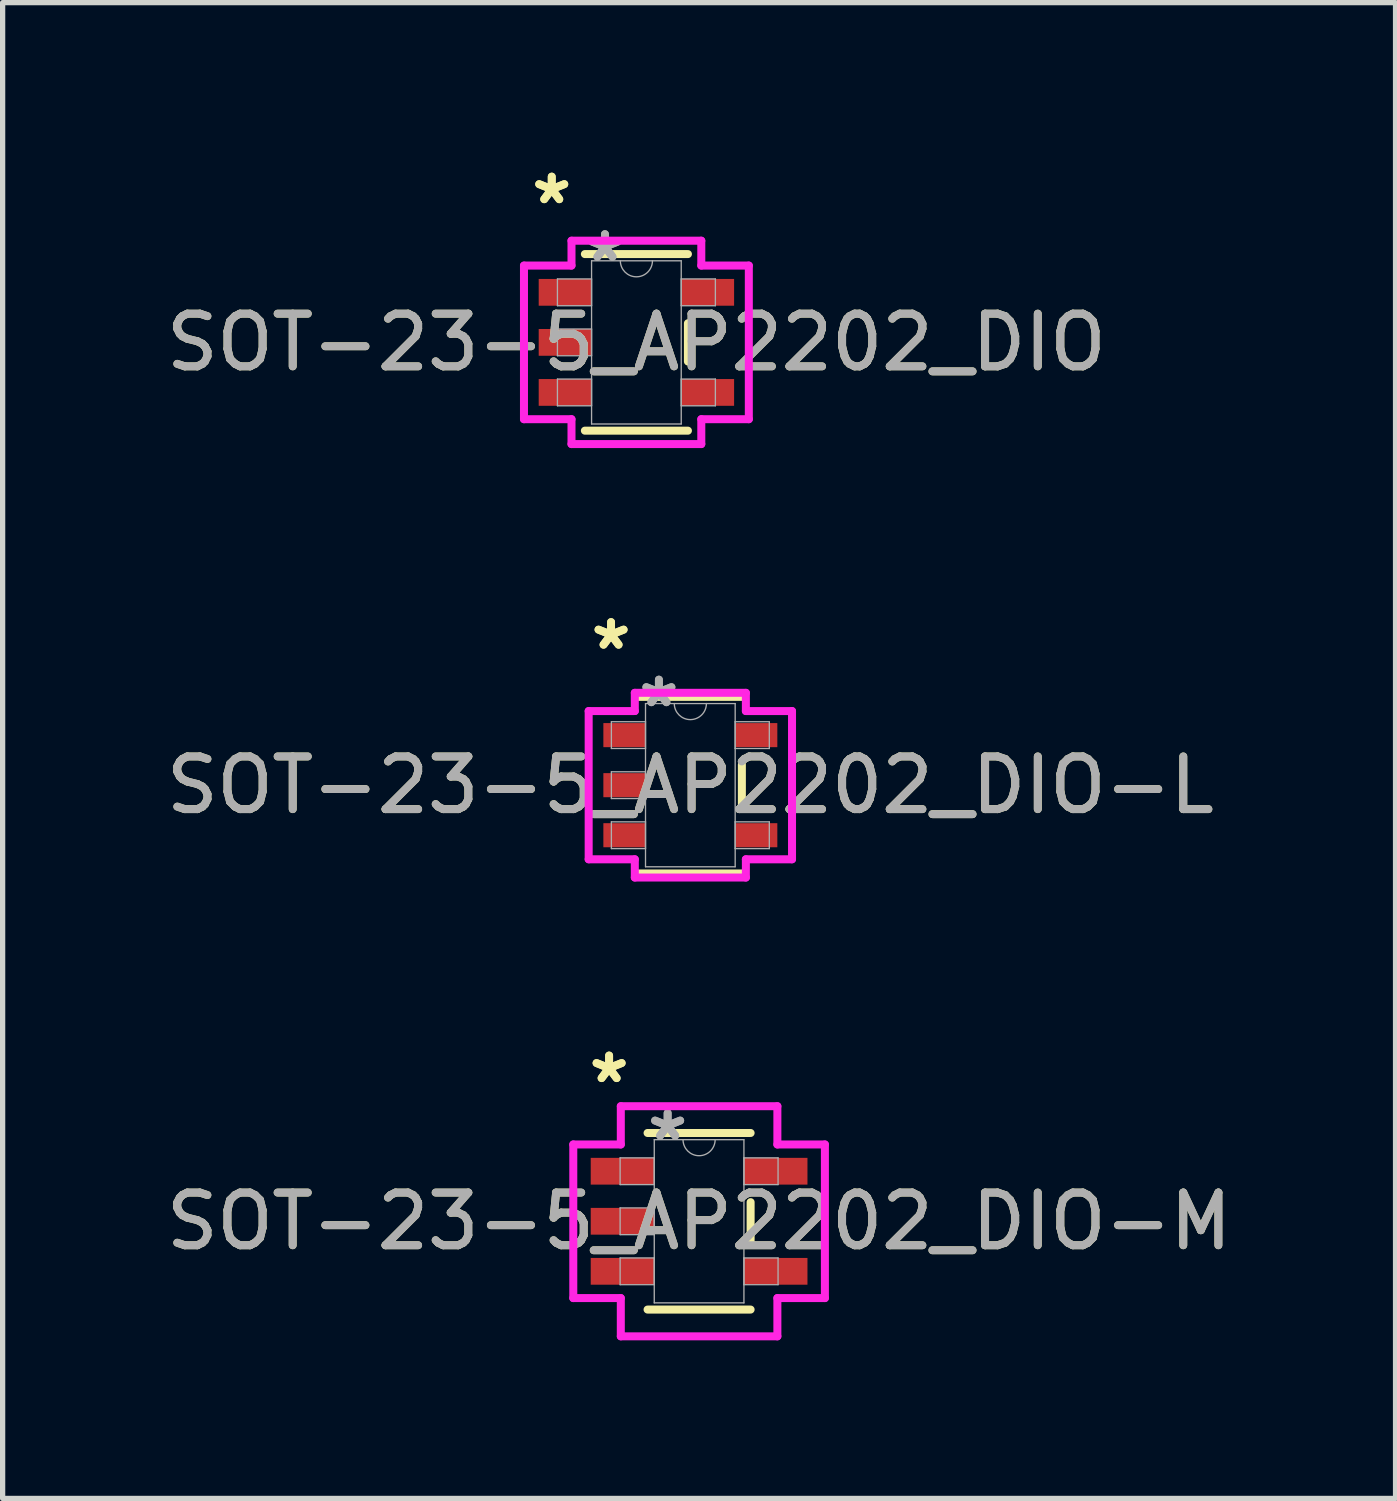
<source format=kicad_pcb>
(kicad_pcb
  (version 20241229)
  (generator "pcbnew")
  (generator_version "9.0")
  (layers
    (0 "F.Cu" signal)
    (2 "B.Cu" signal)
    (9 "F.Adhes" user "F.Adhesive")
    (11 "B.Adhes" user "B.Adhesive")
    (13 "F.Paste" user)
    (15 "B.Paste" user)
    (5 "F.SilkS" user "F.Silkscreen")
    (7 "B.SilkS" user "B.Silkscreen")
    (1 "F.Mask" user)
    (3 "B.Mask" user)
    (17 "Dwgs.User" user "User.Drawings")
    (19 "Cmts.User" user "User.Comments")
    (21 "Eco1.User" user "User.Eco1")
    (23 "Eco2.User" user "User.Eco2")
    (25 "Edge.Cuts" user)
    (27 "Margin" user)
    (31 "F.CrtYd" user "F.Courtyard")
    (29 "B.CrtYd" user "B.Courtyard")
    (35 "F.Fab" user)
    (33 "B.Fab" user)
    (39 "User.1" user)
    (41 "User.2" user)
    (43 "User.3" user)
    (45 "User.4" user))
  (footprint "SOT-23-5_AP2202_DIO"
    (layer "F.Cu")
    (at 9.03 3.449)
    (property "Reference" "SOT-23-5_AP2202_DIO" (at 0 0 0) (unlocked yes) (layer "F.SilkS") (effects (font (size 1 1) (thickness 0.15))))
    (attr smd)
    (fp_line (start -0.978 1.676) (end 0.978 1.676) (stroke (width 0.152) (type solid)) (layer "F.SilkS"))
    (fp_line (start 0.978 -1.676) (end -0.978 -1.676) (stroke (width 0.152) (type solid)) (layer "F.SilkS"))
    (fp_line (start 0.978 0.363) (end 0.978 -0.363) (stroke (width 0.152) (type solid)) (layer "F.SilkS"))
    (fp_line (start -2.134 -1.458) (end -1.232 -1.458) (stroke (width 0.152) (type solid)) (layer "F.CrtYd"))
    (fp_line (start -2.134 1.458) (end -2.134 -1.458) (stroke (width 0.152) (type solid)) (layer "F.CrtYd"))
    (fp_line (start -1.232 -1.93) (end 1.232 -1.93) (stroke (width 0.152) (type solid)) (layer "F.CrtYd"))
    (fp_line (start -1.232 -1.458) (end -1.232 -1.93) (stroke (width 0.152) (type solid)) (layer "F.CrtYd"))
    (fp_line (start -1.232 1.458) (end -2.134 1.458) (stroke (width 0.152) (type solid)) (layer "F.CrtYd"))
    (fp_line (start -1.232 1.93) (end -1.232 1.458) (stroke (width 0.152) (type solid)) (layer "F.CrtYd"))
    (fp_line (start 1.232 -1.93) (end 1.232 -1.458) (stroke (width 0.152) (type solid)) (layer "F.CrtYd"))
    (fp_line (start 1.232 -1.458) (end 2.134 -1.458) (stroke (width 0.152) (type solid)) (layer "F.CrtYd"))
    (fp_line (start 1.232 1.458) (end 1.232 1.93) (stroke (width 0.152) (type solid)) (layer "F.CrtYd"))
    (fp_line (start 1.232 1.93) (end -1.232 1.93) (stroke (width 0.152) (type solid)) (layer "F.CrtYd"))
    (fp_line (start 2.134 -1.458) (end 2.134 1.458) (stroke (width 0.152) (type solid)) (layer "F.CrtYd"))
    (fp_line (start 2.134 1.458) (end 1.232 1.458) (stroke (width 0.152) (type solid)) (layer "F.CrtYd"))
    (fp_line (start -1.499 -1.204) (end -1.499 -0.696) (stroke (width 0.025) (type solid)) (layer "F.Fab"))
    (fp_line (start -1.499 -0.696) (end -0.851 -0.696) (stroke (width 0.025) (type solid)) (layer "F.Fab"))
    (fp_line (start -1.499 -0.254) (end -1.499 0.254) (stroke (width 0.025) (type solid)) (layer "F.Fab"))
    (fp_line (start -1.499 0.254) (end -0.851 0.254) (stroke (width 0.025) (type solid)) (layer "F.Fab"))
    (fp_line (start -1.499 0.696) (end -1.499 1.204) (stroke (width 0.025) (type solid)) (layer "F.Fab"))
    (fp_line (start -1.499 1.204) (end -0.851 1.204) (stroke (width 0.025) (type solid)) (layer "F.Fab"))
    (fp_line (start -0.851 -1.549) (end -0.851 1.549) (stroke (width 0.025) (type solid)) (layer "F.Fab"))
    (fp_line (start -0.851 -1.204) (end -1.499 -1.204) (stroke (width 0.025) (type solid)) (layer "F.Fab"))
    (fp_line (start -0.851 -0.696) (end -0.851 -1.204) (stroke (width 0.025) (type solid)) (layer "F.Fab"))
    (fp_line (start -0.851 -0.254) (end -1.499 -0.254) (stroke (width 0.025) (type solid)) (layer "F.Fab"))
    (fp_line (start -0.851 0.254) (end -0.851 -0.254) (stroke (width 0.025) (type solid)) (layer "F.Fab"))
    (fp_line (start -0.851 0.696) (end -1.499 0.696) (stroke (width 0.025) (type solid)) (layer "F.Fab"))
    (fp_line (start -0.851 1.204) (end -0.851 0.696) (stroke (width 0.025) (type solid)) (layer "F.Fab"))
    (fp_line (start -0.851 1.549) (end 0.851 1.549) (stroke (width 0.025) (type solid)) (layer "F.Fab"))
    (fp_line (start 0.851 -1.549) (end -0.851 -1.549) (stroke (width 0.025) (type solid)) (layer "F.Fab"))
    (fp_line (start 0.851 -1.204) (end 0.851 -0.696) (stroke (width 0.025) (type solid)) (layer "F.Fab"))
    (fp_line (start 0.851 -0.696) (end 1.499 -0.696) (stroke (width 0.025) (type solid)) (layer "F.Fab"))
    (fp_line (start 0.851 0.696) (end 0.851 1.204) (stroke (width 0.025) (type solid)) (layer "F.Fab"))
    (fp_line (start 0.851 1.204) (end 1.499 1.204) (stroke (width 0.025) (type solid)) (layer "F.Fab"))
    (fp_line (start 0.851 1.549) (end 0.851 -1.549) (stroke (width 0.025) (type solid)) (layer "F.Fab"))
    (fp_line (start 1.499 -1.204) (end 0.851 -1.204) (stroke (width 0.025) (type solid)) (layer "F.Fab"))
    (fp_line (start 1.499 -0.696) (end 1.499 -1.204) (stroke (width 0.025) (type solid)) (layer "F.Fab"))
    (fp_line (start 1.499 0.696) (end 0.851 0.696) (stroke (width 0.025) (type solid)) (layer "F.Fab"))
    (fp_line (start 1.499 1.204) (end 1.499 0.696) (stroke (width 0.025) (type solid)) (layer "F.Fab"))
    (fp_arc (start 0.3048 -1.5494) (mid 0 -1.2446) (end -0.3048 -1.5494) (stroke (width 0.0254) (type solid)) (layer "F.Fab"))
    (fp_text user "*" (at -1.607 -2.601 0) (unlocked yes) (layer "F.SilkS") (effects (font (size 1 1) (thickness 0.15))))
    (fp_text user "*" (at -1.607 -2.601 0) (layer "F.SilkS") (effects (font (size 1 1) (thickness 0.15))))
    (fp_text user "${REFERENCE}" (at 0 0 0) (unlocked yes) (layer "F.Fab") (effects (font (size 1 1) (thickness 0.15))))
    (fp_text user "*" (at -0.597 -1.509 0) (layer "F.Fab") (effects (font (size 1 1) (thickness 0.15))))
    (fp_text user "*" (at -0.597 -1.509 0) (unlocked yes) (layer "F.Fab") (effects (font (size 1 1) (thickness 0.15))))
    (pad "1" smd rect (at -1.353 -0.95) (size 1.003 0.508) (layers "F.Cu" "F.Mask" "F.Paste"))
    (pad "2" smd rect (at -1.353 0) (size 1.003 0.508) (layers "F.Cu" "F.Mask" "F.Paste"))
    (pad "3" smd rect (at -1.353 0.95) (size 1.003 0.508) (layers "F.Cu" "F.Mask" "F.Paste"))
    (pad "4" smd rect (at 1.353 0.95) (size 1.003 0.508) (layers "F.Cu" "F.Mask" "F.Paste"))
    (pad "5" smd rect (at 1.353 -0.95) (size 1.003 0.508) (layers "F.Cu" "F.Mask" "F.Paste")))
  (footprint "SOT-23-5_AP2202_DIO-L"
    (layer "F.Cu")
    (at 10.054 11.854)
    (property "Reference" "SOT-23-5_AP2202_DIO-L" (at 0 0 0) (unlocked yes) (layer "F.SilkS") (effects (font (size 1 1) (thickness 0.15))))
    (attr smd)
    (fp_line (start -0.978 1.676) (end 0.978 1.676) (stroke (width 0.152) (type solid)) (layer "F.SilkS"))
    (fp_line (start 0.978 -1.676) (end -0.978 -1.676) (stroke (width 0.152) (type solid)) (layer "F.SilkS"))
    (fp_line (start 0.978 0.389) (end 0.978 -0.389) (stroke (width 0.152) (type solid)) (layer "F.SilkS"))
    (fp_line (start -1.93 -1.407) (end -1.054 -1.407) (stroke (width 0.152) (type solid)) (layer "F.CrtYd"))
    (fp_line (start -1.93 1.407) (end -1.93 -1.407) (stroke (width 0.152) (type solid)) (layer "F.CrtYd"))
    (fp_line (start -1.054 -1.753) (end 1.054 -1.753) (stroke (width 0.152) (type solid)) (layer "F.CrtYd"))
    (fp_line (start -1.054 -1.407) (end -1.054 -1.753) (stroke (width 0.152) (type solid)) (layer "F.CrtYd"))
    (fp_line (start -1.054 1.407) (end -1.93 1.407) (stroke (width 0.152) (type solid)) (layer "F.CrtYd"))
    (fp_line (start -1.054 1.753) (end -1.054 1.407) (stroke (width 0.152) (type solid)) (layer "F.CrtYd"))
    (fp_line (start 1.054 -1.753) (end 1.054 -1.407) (stroke (width 0.152) (type solid)) (layer "F.CrtYd"))
    (fp_line (start 1.054 -1.407) (end 1.93 -1.407) (stroke (width 0.152) (type solid)) (layer "F.CrtYd"))
    (fp_line (start 1.054 1.407) (end 1.054 1.753) (stroke (width 0.152) (type solid)) (layer "F.CrtYd"))
    (fp_line (start 1.054 1.753) (end -1.054 1.753) (stroke (width 0.152) (type solid)) (layer "F.CrtYd"))
    (fp_line (start 1.93 -1.407) (end 1.93 1.407) (stroke (width 0.152) (type solid)) (layer "F.CrtYd"))
    (fp_line (start 1.93 1.407) (end 1.054 1.407) (stroke (width 0.152) (type solid)) (layer "F.CrtYd"))
    (fp_line (start -1.499 -1.204) (end -1.499 -0.696) (stroke (width 0.025) (type solid)) (layer "F.Fab"))
    (fp_line (start -1.499 -0.696) (end -0.851 -0.696) (stroke (width 0.025) (type solid)) (layer "F.Fab"))
    (fp_line (start -1.499 -0.254) (end -1.499 0.254) (stroke (width 0.025) (type solid)) (layer "F.Fab"))
    (fp_line (start -1.499 0.254) (end -0.851 0.254) (stroke (width 0.025) (type solid)) (layer "F.Fab"))
    (fp_line (start -1.499 0.696) (end -1.499 1.204) (stroke (width 0.025) (type solid)) (layer "F.Fab"))
    (fp_line (start -1.499 1.204) (end -0.851 1.204) (stroke (width 0.025) (type solid)) (layer "F.Fab"))
    (fp_line (start -0.851 -1.549) (end -0.851 1.549) (stroke (width 0.025) (type solid)) (layer "F.Fab"))
    (fp_line (start -0.851 -1.204) (end -1.499 -1.204) (stroke (width 0.025) (type solid)) (layer "F.Fab"))
    (fp_line (start -0.851 -0.696) (end -0.851 -1.204) (stroke (width 0.025) (type solid)) (layer "F.Fab"))
    (fp_line (start -0.851 -0.254) (end -1.499 -0.254) (stroke (width 0.025) (type solid)) (layer "F.Fab"))
    (fp_line (start -0.851 0.254) (end -0.851 -0.254) (stroke (width 0.025) (type solid)) (layer "F.Fab"))
    (fp_line (start -0.851 0.696) (end -1.499 0.696) (stroke (width 0.025) (type solid)) (layer "F.Fab"))
    (fp_line (start -0.851 1.204) (end -0.851 0.696) (stroke (width 0.025) (type solid)) (layer "F.Fab"))
    (fp_line (start -0.851 1.549) (end 0.851 1.549) (stroke (width 0.025) (type solid)) (layer "F.Fab"))
    (fp_line (start 0.851 -1.549) (end -0.851 -1.549) (stroke (width 0.025) (type solid)) (layer "F.Fab"))
    (fp_line (start 0.851 -1.204) (end 0.851 -0.696) (stroke (width 0.025) (type solid)) (layer "F.Fab"))
    (fp_line (start 0.851 -0.696) (end 1.499 -0.696) (stroke (width 0.025) (type solid)) (layer "F.Fab"))
    (fp_line (start 0.851 0.696) (end 0.851 1.204) (stroke (width 0.025) (type solid)) (layer "F.Fab"))
    (fp_line (start 0.851 1.204) (end 1.499 1.204) (stroke (width 0.025) (type solid)) (layer "F.Fab"))
    (fp_line (start 0.851 1.549) (end 0.851 -1.549) (stroke (width 0.025) (type solid)) (layer "F.Fab"))
    (fp_line (start 1.499 -1.204) (end 0.851 -1.204) (stroke (width 0.025) (type solid)) (layer "F.Fab"))
    (fp_line (start 1.499 -0.696) (end 1.499 -1.204) (stroke (width 0.025) (type solid)) (layer "F.Fab"))
    (fp_line (start 1.499 0.696) (end 0.851 0.696) (stroke (width 0.025) (type solid)) (layer "F.Fab"))
    (fp_line (start 1.499 1.204) (end 1.499 0.696) (stroke (width 0.025) (type solid)) (layer "F.Fab"))
    (fp_arc (start 0.3048 -1.5494) (mid 0 -1.2446) (end -0.3048 -1.5494) (stroke (width 0.0254) (type solid)) (layer "F.Fab"))
    (fp_text user "*" (at -1.505 -2.55 0) (unlocked yes) (layer "F.SilkS") (effects (font (size 1 1) (thickness 0.15))))
    (fp_text user "*" (at -1.505 -2.55 0) (layer "F.SilkS") (effects (font (size 1 1) (thickness 0.15))))
    (fp_text user "*" (at -0.597 -1.458 0) (unlocked yes) (layer "F.Fab") (effects (font (size 1 1) (thickness 0.15))))
    (fp_text user "*" (at -0.597 -1.458 0) (layer "F.Fab") (effects (font (size 1 1) (thickness 0.15))))
    (fp_text user "${REFERENCE}" (at 0 0 0) (unlocked yes) (layer "F.Fab") (effects (font (size 1 1) (thickness 0.15))))
    (pad "1" smd rect (at -1.251 -0.95) (size 0.8 0.457) (layers "F.Cu" "F.Mask" "F.Paste"))
    (pad "2" smd rect (at -1.251 0) (size 0.8 0.457) (layers "F.Cu" "F.Mask" "F.Paste"))
    (pad "3" smd rect (at -1.251 0.95) (size 0.8 0.457) (layers "F.Cu" "F.Mask" "F.Paste"))
    (pad "4" smd rect (at 1.251 0.95) (size 0.8 0.457) (layers "F.Cu" "F.Mask" "F.Paste"))
    (pad "5" smd rect (at 1.251 -0.95) (size 0.8 0.457) (layers "F.Cu" "F.Mask" "F.Paste")))
  (footprint "SOT-23-5_AP2202_DIO-M"
    (layer "F.Cu")
    (at 10.22 20.132)
    (property "Reference" "SOT-23-5_AP2202_DIO-M" (at 0 0 0) (unlocked yes) (layer "F.SilkS") (effects (font (size 1 1) (thickness 0.15))))
    (attr smd)
    (fp_line (start -0.978 1.676) (end 0.978 1.676) (stroke (width 0.152) (type solid)) (layer "F.SilkS"))
    (fp_line (start 0.978 -1.676) (end -0.978 -1.676) (stroke (width 0.152) (type solid)) (layer "F.SilkS"))
    (fp_line (start 0.978 0.363) (end 0.978 -0.363) (stroke (width 0.152) (type solid)) (layer "F.SilkS"))
    (fp_line (start -2.388 -1.458) (end -1.486 -1.458) (stroke (width 0.152) (type solid)) (layer "F.CrtYd"))
    (fp_line (start -2.388 1.458) (end -2.388 -1.458) (stroke (width 0.152) (type solid)) (layer "F.CrtYd"))
    (fp_line (start -1.486 -2.184) (end 1.486 -2.184) (stroke (width 0.152) (type solid)) (layer "F.CrtYd"))
    (fp_line (start -1.486 -1.458) (end -1.486 -2.184) (stroke (width 0.152) (type solid)) (layer "F.CrtYd"))
    (fp_line (start -1.486 1.458) (end -2.388 1.458) (stroke (width 0.152) (type solid)) (layer "F.CrtYd"))
    (fp_line (start -1.486 2.184) (end -1.486 1.458) (stroke (width 0.152) (type solid)) (layer "F.CrtYd"))
    (fp_line (start 1.486 -2.184) (end 1.486 -1.458) (stroke (width 0.152) (type solid)) (layer "F.CrtYd"))
    (fp_line (start 1.486 -1.458) (end 2.388 -1.458) (stroke (width 0.152) (type solid)) (layer "F.CrtYd"))
    (fp_line (start 1.486 1.458) (end 1.486 2.184) (stroke (width 0.152) (type solid)) (layer "F.CrtYd"))
    (fp_line (start 1.486 2.184) (end -1.486 2.184) (stroke (width 0.152) (type solid)) (layer "F.CrtYd"))
    (fp_line (start 2.388 -1.458) (end 2.388 1.458) (stroke (width 0.152) (type solid)) (layer "F.CrtYd"))
    (fp_line (start 2.388 1.458) (end 1.486 1.458) (stroke (width 0.152) (type solid)) (layer "F.CrtYd"))
    (fp_line (start -1.499 -1.204) (end -1.499 -0.696) (stroke (width 0.025) (type solid)) (layer "F.Fab"))
    (fp_line (start -1.499 -0.696) (end -0.851 -0.696) (stroke (width 0.025) (type solid)) (layer "F.Fab"))
    (fp_line (start -1.499 -0.254) (end -1.499 0.254) (stroke (width 0.025) (type solid)) (layer "F.Fab"))
    (fp_line (start -1.499 0.254) (end -0.851 0.254) (stroke (width 0.025) (type solid)) (layer "F.Fab"))
    (fp_line (start -1.499 0.696) (end -1.499 1.204) (stroke (width 0.025) (type solid)) (layer "F.Fab"))
    (fp_line (start -1.499 1.204) (end -0.851 1.204) (stroke (width 0.025) (type solid)) (layer "F.Fab"))
    (fp_line (start -0.851 -1.549) (end -0.851 1.549) (stroke (width 0.025) (type solid)) (layer "F.Fab"))
    (fp_line (start -0.851 -1.204) (end -1.499 -1.204) (stroke (width 0.025) (type solid)) (layer "F.Fab"))
    (fp_line (start -0.851 -0.696) (end -0.851 -1.204) (stroke (width 0.025) (type solid)) (layer "F.Fab"))
    (fp_line (start -0.851 -0.254) (end -1.499 -0.254) (stroke (width 0.025) (type solid)) (layer "F.Fab"))
    (fp_line (start -0.851 0.254) (end -0.851 -0.254) (stroke (width 0.025) (type solid)) (layer "F.Fab"))
    (fp_line (start -0.851 0.696) (end -1.499 0.696) (stroke (width 0.025) (type solid)) (layer "F.Fab"))
    (fp_line (start -0.851 1.204) (end -0.851 0.696) (stroke (width 0.025) (type solid)) (layer "F.Fab"))
    (fp_line (start -0.851 1.549) (end 0.851 1.549) (stroke (width 0.025) (type solid)) (layer "F.Fab"))
    (fp_line (start 0.851 -1.549) (end -0.851 -1.549) (stroke (width 0.025) (type solid)) (layer "F.Fab"))
    (fp_line (start 0.851 -1.204) (end 0.851 -0.696) (stroke (width 0.025) (type solid)) (layer "F.Fab"))
    (fp_line (start 0.851 -0.696) (end 1.499 -0.696) (stroke (width 0.025) (type solid)) (layer "F.Fab"))
    (fp_line (start 0.851 0.696) (end 0.851 1.204) (stroke (width 0.025) (type solid)) (layer "F.Fab"))
    (fp_line (start 0.851 1.204) (end 1.499 1.204) (stroke (width 0.025) (type solid)) (layer "F.Fab"))
    (fp_line (start 0.851 1.549) (end 0.851 -1.549) (stroke (width 0.025) (type solid)) (layer "F.Fab"))
    (fp_line (start 1.499 -1.204) (end 0.851 -1.204) (stroke (width 0.025) (type solid)) (layer "F.Fab"))
    (fp_line (start 1.499 -0.696) (end 1.499 -1.204) (stroke (width 0.025) (type solid)) (layer "F.Fab"))
    (fp_line (start 1.499 0.696) (end 0.851 0.696) (stroke (width 0.025) (type solid)) (layer "F.Fab"))
    (fp_line (start 1.499 1.204) (end 1.499 0.696) (stroke (width 0.025) (type solid)) (layer "F.Fab"))
    (fp_arc (start 0.3048 -1.5494) (mid 0 -1.2446) (end -0.3048 -1.5494) (stroke (width 0.0254) (type solid)) (layer "F.Fab"))
    (fp_text user "*" (at -1.708 -2.601 0) (unlocked yes) (layer "F.SilkS") (effects (font (size 1 1) (thickness 0.15))))
    (fp_text user "*" (at -1.708 -2.601 0) (layer "F.SilkS") (effects (font (size 1 1) (thickness 0.15))))
    (fp_text user "*" (at -0.597 -1.509 0) (layer "F.Fab") (effects (font (size 1 1) (thickness 0.15))))
    (fp_text user "${REFERENCE}" (at 0 0 0) (unlocked yes) (layer "F.Fab") (effects (font (size 1 1) (thickness 0.15))))
    (fp_text user "*" (at -0.597 -1.509 0) (unlocked yes) (layer "F.Fab") (effects (font (size 1 1) (thickness 0.15))))
    (pad "1" smd rect (at -1.454 -0.95) (size 1.206 0.508) (layers "F.Cu" "F.Mask" "F.Paste"))
    (pad "2" smd rect (at -1.454 0) (size 1.206 0.508) (layers "F.Cu" "F.Mask" "F.Paste"))
    (pad "3" smd rect (at -1.454 0.95) (size 1.206 0.508) (layers "F.Cu" "F.Mask" "F.Paste"))
    (pad "4" smd rect (at 1.454 0.95) (size 1.206 0.508) (layers "F.Cu" "F.Mask" "F.Paste"))
    (pad "5" smd rect (at 1.454 -0.95) (size 1.206 0.508) (layers "F.Cu" "F.Mask" "F.Paste")))
  (gr_rect
    (start -3 -3)
    (end 23.44 25.393)
    (stroke (width 0.1) (type default))
    (fill no)
    (layer "Edge.Cuts")))
</source>
